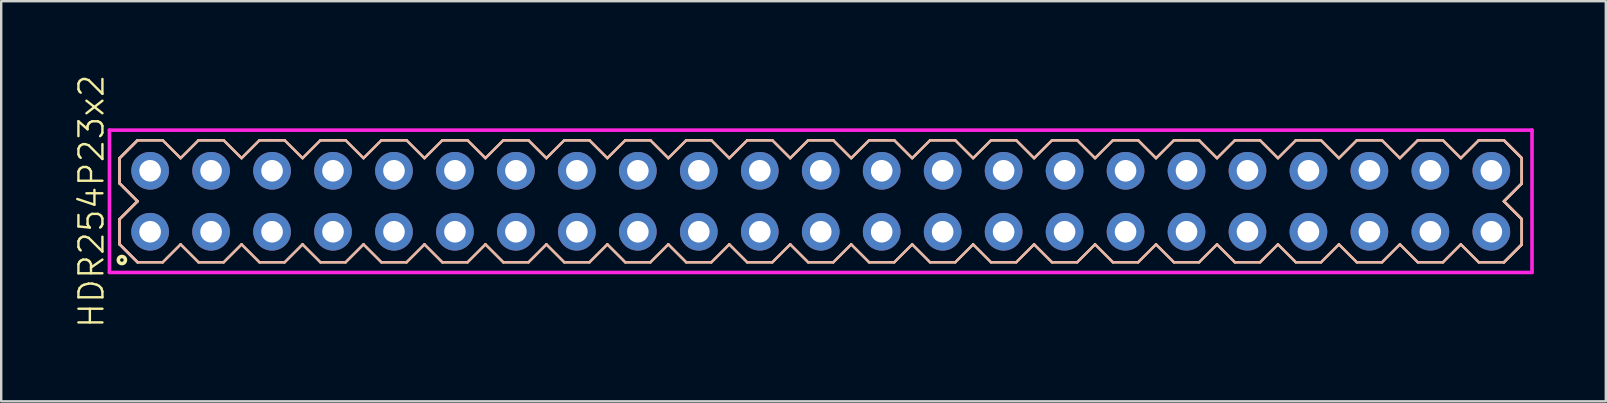
<source format=kicad_pcb>
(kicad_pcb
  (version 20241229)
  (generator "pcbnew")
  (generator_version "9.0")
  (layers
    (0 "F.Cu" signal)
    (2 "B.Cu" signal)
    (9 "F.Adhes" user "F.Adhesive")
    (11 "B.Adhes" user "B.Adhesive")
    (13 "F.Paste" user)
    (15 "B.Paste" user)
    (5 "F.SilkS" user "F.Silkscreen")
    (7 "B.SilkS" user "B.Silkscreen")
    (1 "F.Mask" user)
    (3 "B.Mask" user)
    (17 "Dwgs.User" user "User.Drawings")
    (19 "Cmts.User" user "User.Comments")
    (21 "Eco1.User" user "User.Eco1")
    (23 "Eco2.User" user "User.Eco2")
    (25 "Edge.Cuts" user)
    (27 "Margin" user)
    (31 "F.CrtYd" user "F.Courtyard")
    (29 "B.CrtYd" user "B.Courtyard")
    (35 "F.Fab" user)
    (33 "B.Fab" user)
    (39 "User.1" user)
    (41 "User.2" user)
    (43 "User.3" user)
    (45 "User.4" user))
  (footprint "HDR254P23x2"
    (layer "F.Cu")
    (at 31.145 5.336)
    (property "Reference" "HDR254P23x2" (at -30.385 0 90) (layer "F.SilkS") (effects (font (size 1 1) (thickness 0.1))))
    (attr through_hole)
    (fp_line (start -29.21 -1.796) (end -28.466 -2.54) (stroke (width 0.1) (type solid)) (layer "F.SilkS"))
    (fp_line (start -29.21 -1.796) (end -28.466 -2.54) (stroke (width 0.1) (type solid)) (layer "F.SilkS"))
    (fp_line (start -29.21 -0.744) (end -29.21 -1.796) (stroke (width 0.1) (type solid)) (layer "F.SilkS"))
    (fp_line (start -29.21 -0.744) (end -29.21 -1.796) (stroke (width 0.1) (type solid)) (layer "F.SilkS"))
    (fp_line (start -29.21 0.744) (end -28.466 0) (stroke (width 0.1) (type solid)) (layer "F.SilkS"))
    (fp_line (start -29.21 0.744) (end -28.466 0) (stroke (width 0.1) (type solid)) (layer "F.SilkS"))
    (fp_line (start -29.21 1.796) (end -29.21 0.744) (stroke (width 0.1) (type solid)) (layer "F.SilkS"))
    (fp_line (start -29.21 1.796) (end -29.21 0.744) (stroke (width 0.1) (type solid)) (layer "F.SilkS"))
    (fp_line (start -28.466 -2.54) (end -27.414 -2.54) (stroke (width 0.1) (type solid)) (layer "F.SilkS"))
    (fp_line (start -28.466 0) (end -29.21 -0.744) (stroke (width 0.1) (type solid)) (layer "F.SilkS"))
    (fp_line (start -28.466 0) (end -29.21 -0.744) (stroke (width 0.1) (type solid)) (layer "F.SilkS"))
    (fp_line (start -28.466 2.54) (end -29.21 1.796) (stroke (width 0.1) (type solid)) (layer "F.SilkS"))
    (fp_line (start -28.466 2.54) (end -29.21 1.796) (stroke (width 0.1) (type solid)) (layer "F.SilkS"))
    (fp_line (start -27.414 -2.54) (end -26.67 -1.796) (stroke (width 0.1) (type solid)) (layer "F.SilkS"))
    (fp_line (start -27.414 2.54) (end -28.466 2.54) (stroke (width 0.1) (type solid)) (layer "F.SilkS"))
    (fp_line (start -26.67 -1.796) (end -25.926 -2.54) (stroke (width 0.1) (type solid)) (layer "F.SilkS"))
    (fp_line (start -26.67 1.796) (end -27.414 2.54) (stroke (width 0.1) (type solid)) (layer "F.SilkS"))
    (fp_line (start -25.926 -2.54) (end -24.874 -2.54) (stroke (width 0.1) (type solid)) (layer "F.SilkS"))
    (fp_line (start -25.926 2.54) (end -26.67 1.796) (stroke (width 0.1) (type solid)) (layer "F.SilkS"))
    (fp_line (start -24.874 -2.54) (end -24.13 -1.796) (stroke (width 0.1) (type solid)) (layer "F.SilkS"))
    (fp_line (start -24.874 2.54) (end -25.926 2.54) (stroke (width 0.1) (type solid)) (layer "F.SilkS"))
    (fp_line (start -24.13 -1.796) (end -23.386 -2.54) (stroke (width 0.1) (type solid)) (layer "F.SilkS"))
    (fp_line (start -24.13 1.796) (end -24.874 2.54) (stroke (width 0.1) (type solid)) (layer "F.SilkS"))
    (fp_line (start -23.386 -2.54) (end -22.334 -2.54) (stroke (width 0.1) (type solid)) (layer "F.SilkS"))
    (fp_line (start -23.386 2.54) (end -24.13 1.796) (stroke (width 0.1) (type solid)) (layer "F.SilkS"))
    (fp_line (start -22.334 -2.54) (end -21.59 -1.796) (stroke (width 0.1) (type solid)) (layer "F.SilkS"))
    (fp_line (start -22.334 2.54) (end -23.386 2.54) (stroke (width 0.1) (type solid)) (layer "F.SilkS"))
    (fp_line (start -21.59 -1.796) (end -20.846 -2.54) (stroke (width 0.1) (type solid)) (layer "F.SilkS"))
    (fp_line (start -21.59 1.796) (end -22.334 2.54) (stroke (width 0.1) (type solid)) (layer "F.SilkS"))
    (fp_line (start -20.846 -2.54) (end -19.794 -2.54) (stroke (width 0.1) (type solid)) (layer "F.SilkS"))
    (fp_line (start -20.846 2.54) (end -21.59 1.796) (stroke (width 0.1) (type solid)) (layer "F.SilkS"))
    (fp_line (start -19.794 -2.54) (end -19.05 -1.796) (stroke (width 0.1) (type solid)) (layer "F.SilkS"))
    (fp_line (start -19.794 2.54) (end -20.846 2.54) (stroke (width 0.1) (type solid)) (layer "F.SilkS"))
    (fp_line (start -19.05 -1.796) (end -18.306 -2.54) (stroke (width 0.1) (type solid)) (layer "F.SilkS"))
    (fp_line (start -19.05 1.796) (end -19.794 2.54) (stroke (width 0.1) (type solid)) (layer "F.SilkS"))
    (fp_line (start -18.306 -2.54) (end -17.254 -2.54) (stroke (width 0.1) (type solid)) (layer "F.SilkS"))
    (fp_line (start -18.306 2.54) (end -19.05 1.796) (stroke (width 0.1) (type solid)) (layer "F.SilkS"))
    (fp_line (start -17.254 -2.54) (end -16.51 -1.796) (stroke (width 0.1) (type solid)) (layer "F.SilkS"))
    (fp_line (start -17.254 2.54) (end -18.306 2.54) (stroke (width 0.1) (type solid)) (layer "F.SilkS"))
    (fp_line (start -16.51 -1.796) (end -15.766 -2.54) (stroke (width 0.1) (type solid)) (layer "F.SilkS"))
    (fp_line (start -16.51 1.796) (end -17.254 2.54) (stroke (width 0.1) (type solid)) (layer "F.SilkS"))
    (fp_line (start -15.766 -2.54) (end -14.714 -2.54) (stroke (width 0.1) (type solid)) (layer "F.SilkS"))
    (fp_line (start -15.766 2.54) (end -16.51 1.796) (stroke (width 0.1) (type solid)) (layer "F.SilkS"))
    (fp_line (start -14.714 -2.54) (end -13.97 -1.796) (stroke (width 0.1) (type solid)) (layer "F.SilkS"))
    (fp_line (start -14.714 2.54) (end -15.766 2.54) (stroke (width 0.1) (type solid)) (layer "F.SilkS"))
    (fp_line (start -13.97 -1.796) (end -13.226 -2.54) (stroke (width 0.1) (type solid)) (layer "F.SilkS"))
    (fp_line (start -13.97 1.796) (end -14.714 2.54) (stroke (width 0.1) (type solid)) (layer "F.SilkS"))
    (fp_line (start -13.226 -2.54) (end -12.174 -2.54) (stroke (width 0.1) (type solid)) (layer "F.SilkS"))
    (fp_line (start -13.226 2.54) (end -13.97 1.796) (stroke (width 0.1) (type solid)) (layer "F.SilkS"))
    (fp_line (start -12.174 -2.54) (end -11.43 -1.796) (stroke (width 0.1) (type solid)) (layer "F.SilkS"))
    (fp_line (start -12.174 2.54) (end -13.226 2.54) (stroke (width 0.1) (type solid)) (layer "F.SilkS"))
    (fp_line (start -11.43 -1.796) (end -10.686 -2.54) (stroke (width 0.1) (type solid)) (layer "F.SilkS"))
    (fp_line (start -11.43 1.796) (end -12.174 2.54) (stroke (width 0.1) (type solid)) (layer "F.SilkS"))
    (fp_line (start -10.686 -2.54) (end -9.634 -2.54) (stroke (width 0.1) (type solid)) (layer "F.SilkS"))
    (fp_line (start -10.686 2.54) (end -11.43 1.796) (stroke (width 0.1) (type solid)) (layer "F.SilkS"))
    (fp_line (start -9.634 -2.54) (end -8.89 -1.796) (stroke (width 0.1) (type solid)) (layer "F.SilkS"))
    (fp_line (start -9.634 2.54) (end -10.686 2.54) (stroke (width 0.1) (type solid)) (layer "F.SilkS"))
    (fp_line (start -8.89 -1.796) (end -8.146 -2.54) (stroke (width 0.1) (type solid)) (layer "F.SilkS"))
    (fp_line (start -8.89 1.796) (end -9.634 2.54) (stroke (width 0.1) (type solid)) (layer "F.SilkS"))
    (fp_line (start -8.146 -2.54) (end -7.094 -2.54) (stroke (width 0.1) (type solid)) (layer "F.SilkS"))
    (fp_line (start -8.146 2.54) (end -8.89 1.796) (stroke (width 0.1) (type solid)) (layer "F.SilkS"))
    (fp_line (start -7.094 -2.54) (end -6.35 -1.796) (stroke (width 0.1) (type solid)) (layer "F.SilkS"))
    (fp_line (start -7.094 2.54) (end -8.146 2.54) (stroke (width 0.1) (type solid)) (layer "F.SilkS"))
    (fp_line (start -6.35 -1.796) (end -5.606 -2.54) (stroke (width 0.1) (type solid)) (layer "F.SilkS"))
    (fp_line (start -6.35 1.796) (end -7.094 2.54) (stroke (width 0.1) (type solid)) (layer "F.SilkS"))
    (fp_line (start -5.606 -2.54) (end -4.554 -2.54) (stroke (width 0.1) (type solid)) (layer "F.SilkS"))
    (fp_line (start -5.606 2.54) (end -6.35 1.796) (stroke (width 0.1) (type solid)) (layer "F.SilkS"))
    (fp_line (start -4.554 -2.54) (end -3.81 -1.796) (stroke (width 0.1) (type solid)) (layer "F.SilkS"))
    (fp_line (start -4.554 2.54) (end -5.606 2.54) (stroke (width 0.1) (type solid)) (layer "F.SilkS"))
    (fp_line (start -3.81 -1.796) (end -3.066 -2.54) (stroke (width 0.1) (type solid)) (layer "F.SilkS"))
    (fp_line (start -3.81 1.796) (end -4.554 2.54) (stroke (width 0.1) (type solid)) (layer "F.SilkS"))
    (fp_line (start -3.066 -2.54) (end -2.014 -2.54) (stroke (width 0.1) (type solid)) (layer "F.SilkS"))
    (fp_line (start -3.066 2.54) (end -3.81 1.796) (stroke (width 0.1) (type solid)) (layer "F.SilkS"))
    (fp_line (start -2.014 -2.54) (end -1.27 -1.796) (stroke (width 0.1) (type solid)) (layer "F.SilkS"))
    (fp_line (start -2.014 2.54) (end -3.066 2.54) (stroke (width 0.1) (type solid)) (layer "F.SilkS"))
    (fp_line (start -1.27 -1.796) (end -0.526 -2.54) (stroke (width 0.1) (type solid)) (layer "F.SilkS"))
    (fp_line (start -1.27 1.796) (end -2.014 2.54) (stroke (width 0.1) (type solid)) (layer "F.SilkS"))
    (fp_line (start -0.526 -2.54) (end 0.526 -2.54) (stroke (width 0.1) (type solid)) (layer "F.SilkS"))
    (fp_line (start -0.526 2.54) (end -1.27 1.796) (stroke (width 0.1) (type solid)) (layer "F.SilkS"))
    (fp_line (start 0.526 -2.54) (end 1.27 -1.796) (stroke (width 0.1) (type solid)) (layer "F.SilkS"))
    (fp_line (start 0.526 2.54) (end -0.526 2.54) (stroke (width 0.1) (type solid)) (layer "F.SilkS"))
    (fp_line (start 1.27 -1.796) (end 2.014 -2.54) (stroke (width 0.1) (type solid)) (layer "F.SilkS"))
    (fp_line (start 1.27 1.796) (end 0.526 2.54) (stroke (width 0.1) (type solid)) (layer "F.SilkS"))
    (fp_line (start 2.014 -2.54) (end 3.066 -2.54) (stroke (width 0.1) (type solid)) (layer "F.SilkS"))
    (fp_line (start 2.014 2.54) (end 1.27 1.796) (stroke (width 0.1) (type solid)) (layer "F.SilkS"))
    (fp_line (start 3.066 -2.54) (end 3.81 -1.796) (stroke (width 0.1) (type solid)) (layer "F.SilkS"))
    (fp_line (start 3.066 2.54) (end 2.014 2.54) (stroke (width 0.1) (type solid)) (layer "F.SilkS"))
    (fp_line (start 3.81 -1.796) (end 4.554 -2.54) (stroke (width 0.1) (type solid)) (layer "F.SilkS"))
    (fp_line (start 3.81 1.796) (end 3.066 2.54) (stroke (width 0.1) (type solid)) (layer "F.SilkS"))
    (fp_line (start 4.554 -2.54) (end 5.606 -2.54) (stroke (width 0.1) (type solid)) (layer "F.SilkS"))
    (fp_line (start 4.554 2.54) (end 3.81 1.796) (stroke (width 0.1) (type solid)) (layer "F.SilkS"))
    (fp_line (start 5.606 -2.54) (end 6.35 -1.796) (stroke (width 0.1) (type solid)) (layer "F.SilkS"))
    (fp_line (start 5.606 2.54) (end 4.554 2.54) (stroke (width 0.1) (type solid)) (layer "F.SilkS"))
    (fp_line (start 6.35 -1.796) (end 7.094 -2.54) (stroke (width 0.1) (type solid)) (layer "F.SilkS"))
    (fp_line (start 6.35 1.796) (end 5.606 2.54) (stroke (width 0.1) (type solid)) (layer "F.SilkS"))
    (fp_line (start 7.094 -2.54) (end 8.146 -2.54) (stroke (width 0.1) (type solid)) (layer "F.SilkS"))
    (fp_line (start 7.094 2.54) (end 6.35 1.796) (stroke (width 0.1) (type solid)) (layer "F.SilkS"))
    (fp_line (start 8.146 -2.54) (end 8.89 -1.796) (stroke (width 0.1) (type solid)) (layer "F.SilkS"))
    (fp_line (start 8.146 2.54) (end 7.094 2.54) (stroke (width 0.1) (type solid)) (layer "F.SilkS"))
    (fp_line (start 8.89 -1.796) (end 9.634 -2.54) (stroke (width 0.1) (type solid)) (layer "F.SilkS"))
    (fp_line (start 8.89 1.796) (end 8.146 2.54) (stroke (width 0.1) (type solid)) (layer "F.SilkS"))
    (fp_line (start 9.634 -2.54) (end 10.686 -2.54) (stroke (width 0.1) (type solid)) (layer "F.SilkS"))
    (fp_line (start 9.634 2.54) (end 8.89 1.796) (stroke (width 0.1) (type solid)) (layer "F.SilkS"))
    (fp_line (start 10.686 -2.54) (end 11.43 -1.796) (stroke (width 0.1) (type solid)) (layer "F.SilkS"))
    (fp_line (start 10.686 2.54) (end 9.634 2.54) (stroke (width 0.1) (type solid)) (layer "F.SilkS"))
    (fp_line (start 11.43 -1.796) (end 12.174 -2.54) (stroke (width 0.1) (type solid)) (layer "F.SilkS"))
    (fp_line (start 11.43 1.796) (end 10.686 2.54) (stroke (width 0.1) (type solid)) (layer "F.SilkS"))
    (fp_line (start 12.174 -2.54) (end 13.226 -2.54) (stroke (width 0.1) (type solid)) (layer "F.SilkS"))
    (fp_line (start 12.174 2.54) (end 11.43 1.796) (stroke (width 0.1) (type solid)) (layer "F.SilkS"))
    (fp_line (start 13.226 -2.54) (end 13.97 -1.796) (stroke (width 0.1) (type solid)) (layer "F.SilkS"))
    (fp_line (start 13.226 2.54) (end 12.174 2.54) (stroke (width 0.1) (type solid)) (layer "F.SilkS"))
    (fp_line (start 13.97 -1.796) (end 14.714 -2.54) (stroke (width 0.1) (type solid)) (layer "F.SilkS"))
    (fp_line (start 13.97 1.796) (end 13.226 2.54) (stroke (width 0.1) (type solid)) (layer "F.SilkS"))
    (fp_line (start 14.714 -2.54) (end 15.766 -2.54) (stroke (width 0.1) (type solid)) (layer "F.SilkS"))
    (fp_line (start 14.714 2.54) (end 13.97 1.796) (stroke (width 0.1) (type solid)) (layer "F.SilkS"))
    (fp_line (start 15.766 -2.54) (end 16.51 -1.796) (stroke (width 0.1) (type solid)) (layer "F.SilkS"))
    (fp_line (start 15.766 2.54) (end 14.714 2.54) (stroke (width 0.1) (type solid)) (layer "F.SilkS"))
    (fp_line (start 16.51 -1.796) (end 17.254 -2.54) (stroke (width 0.1) (type solid)) (layer "F.SilkS"))
    (fp_line (start 16.51 1.796) (end 15.766 2.54) (stroke (width 0.1) (type solid)) (layer "F.SilkS"))
    (fp_line (start 17.254 -2.54) (end 18.306 -2.54) (stroke (width 0.1) (type solid)) (layer "F.SilkS"))
    (fp_line (start 17.254 2.54) (end 16.51 1.796) (stroke (width 0.1) (type solid)) (layer "F.SilkS"))
    (fp_line (start 18.306 -2.54) (end 19.05 -1.796) (stroke (width 0.1) (type solid)) (layer "F.SilkS"))
    (fp_line (start 18.306 2.54) (end 17.254 2.54) (stroke (width 0.1) (type solid)) (layer "F.SilkS"))
    (fp_line (start 19.05 -1.796) (end 19.794 -2.54) (stroke (width 0.1) (type solid)) (layer "F.SilkS"))
    (fp_line (start 19.05 1.796) (end 18.306 2.54) (stroke (width 0.1) (type solid)) (layer "F.SilkS"))
    (fp_line (start 19.794 -2.54) (end 20.846 -2.54) (stroke (width 0.1) (type solid)) (layer "F.SilkS"))
    (fp_line (start 19.794 2.54) (end 19.05 1.796) (stroke (width 0.1) (type solid)) (layer "F.SilkS"))
    (fp_line (start 20.846 -2.54) (end 21.59 -1.796) (stroke (width 0.1) (type solid)) (layer "F.SilkS"))
    (fp_line (start 20.846 2.54) (end 19.794 2.54) (stroke (width 0.1) (type solid)) (layer "F.SilkS"))
    (fp_line (start 21.59 -1.796) (end 22.334 -2.54) (stroke (width 0.1) (type solid)) (layer "F.SilkS"))
    (fp_line (start 21.59 1.796) (end 20.846 2.54) (stroke (width 0.1) (type solid)) (layer "F.SilkS"))
    (fp_line (start 22.334 -2.54) (end 23.386 -2.54) (stroke (width 0.1) (type solid)) (layer "F.SilkS"))
    (fp_line (start 22.334 2.54) (end 21.59 1.796) (stroke (width 0.1) (type solid)) (layer "F.SilkS"))
    (fp_line (start 23.386 -2.54) (end 24.13 -1.796) (stroke (width 0.1) (type solid)) (layer "F.SilkS"))
    (fp_line (start 23.386 2.54) (end 22.334 2.54) (stroke (width 0.1) (type solid)) (layer "F.SilkS"))
    (fp_line (start 24.13 -1.796) (end 24.874 -2.54) (stroke (width 0.1) (type solid)) (layer "F.SilkS"))
    (fp_line (start 24.13 1.796) (end 23.386 2.54) (stroke (width 0.1) (type solid)) (layer "F.SilkS"))
    (fp_line (start 24.874 -2.54) (end 25.926 -2.54) (stroke (width 0.1) (type solid)) (layer "F.SilkS"))
    (fp_line (start 24.874 2.54) (end 24.13 1.796) (stroke (width 0.1) (type solid)) (layer "F.SilkS"))
    (fp_line (start 25.926 -2.54) (end 26.67 -1.796) (stroke (width 0.1) (type solid)) (layer "F.SilkS"))
    (fp_line (start 25.926 2.54) (end 24.874 2.54) (stroke (width 0.1) (type solid)) (layer "F.SilkS"))
    (fp_line (start 26.67 -1.796) (end 27.414 -2.54) (stroke (width 0.1) (type solid)) (layer "F.SilkS"))
    (fp_line (start 26.67 1.796) (end 25.926 2.54) (stroke (width 0.1) (type solid)) (layer "F.SilkS"))
    (fp_line (start 27.414 -2.54) (end 28.466 -2.54) (stroke (width 0.1) (type solid)) (layer "F.SilkS"))
    (fp_line (start 27.414 2.54) (end 26.67 1.796) (stroke (width 0.1) (type solid)) (layer "F.SilkS"))
    (fp_line (start 28.466 -2.54) (end 29.21 -1.796) (stroke (width 0.1) (type solid)) (layer "F.SilkS"))
    (fp_line (start 28.466 -2.54) (end 29.21 -1.796) (stroke (width 0.1) (type solid)) (layer "F.SilkS"))
    (fp_line (start 28.466 0) (end 29.21 0.744) (stroke (width 0.1) (type solid)) (layer "F.SilkS"))
    (fp_line (start 28.466 0) (end 29.21 0.744) (stroke (width 0.1) (type solid)) (layer "F.SilkS"))
    (fp_line (start 28.466 2.54) (end 27.414 2.54) (stroke (width 0.1) (type solid)) (layer "F.SilkS"))
    (fp_line (start 29.21 -1.796) (end 29.21 -0.744) (stroke (width 0.1) (type solid)) (layer "F.SilkS"))
    (fp_line (start 29.21 -1.796) (end 29.21 -0.744) (stroke (width 0.1) (type solid)) (layer "F.SilkS"))
    (fp_line (start 29.21 -0.744) (end 28.466 0) (stroke (width 0.1) (type solid)) (layer "F.SilkS"))
    (fp_line (start 29.21 -0.744) (end 28.466 0) (stroke (width 0.1) (type solid)) (layer "F.SilkS"))
    (fp_line (start 29.21 0.744) (end 29.21 1.796) (stroke (width 0.1) (type solid)) (layer "F.SilkS"))
    (fp_line (start 29.21 0.744) (end 29.21 1.796) (stroke (width 0.1) (type solid)) (layer "F.SilkS"))
    (fp_line (start 29.21 1.796) (end 28.466 2.54) (stroke (width 0.1) (type solid)) (layer "F.SilkS"))
    (fp_line (start 29.21 1.796) (end 28.466 2.54) (stroke (width 0.1) (type solid)) (layer "F.SilkS"))
    (fp_circle (center -29.117 2.448) (end -28.968 2.448) (stroke (width 0.15) (type solid)) (fill no) (layer "F.SilkS"))
    (fp_line (start -29.21 -1.796) (end -28.466 -2.54) (stroke (width 0.1) (type solid)) (layer "B.SilkS"))
    (fp_line (start -29.21 -1.796) (end -28.466 -2.54) (stroke (width 0.1) (type solid)) (layer "B.SilkS"))
    (fp_line (start -29.21 -0.744) (end -29.21 -1.796) (stroke (width 0.1) (type solid)) (layer "B.SilkS"))
    (fp_line (start -29.21 -0.744) (end -29.21 -1.796) (stroke (width 0.1) (type solid)) (layer "B.SilkS"))
    (fp_line (start -29.21 0.744) (end -28.466 0) (stroke (width 0.1) (type solid)) (layer "B.SilkS"))
    (fp_line (start -29.21 0.744) (end -28.466 0) (stroke (width 0.1) (type solid)) (layer "B.SilkS"))
    (fp_line (start -29.21 1.796) (end -29.21 0.744) (stroke (width 0.1) (type solid)) (layer "B.SilkS"))
    (fp_line (start -29.21 1.796) (end -29.21 0.744) (stroke (width 0.1) (type solid)) (layer "B.SilkS"))
    (fp_line (start -28.466 -2.54) (end -27.414 -2.54) (stroke (width 0.1) (type solid)) (layer "B.SilkS"))
    (fp_line (start -28.466 0) (end -29.21 -0.744) (stroke (width 0.1) (type solid)) (layer "B.SilkS"))
    (fp_line (start -28.466 0) (end -29.21 -0.744) (stroke (width 0.1) (type solid)) (layer "B.SilkS"))
    (fp_line (start -28.466 2.54) (end -29.21 1.796) (stroke (width 0.1) (type solid)) (layer "B.SilkS"))
    (fp_line (start -28.466 2.54) (end -29.21 1.796) (stroke (width 0.1) (type solid)) (layer "B.SilkS"))
    (fp_line (start -27.414 -2.54) (end -26.67 -1.796) (stroke (width 0.1) (type solid)) (layer "B.SilkS"))
    (fp_line (start -27.414 2.54) (end -28.466 2.54) (stroke (width 0.1) (type solid)) (layer "B.SilkS"))
    (fp_line (start -26.67 -1.796) (end -25.926 -2.54) (stroke (width 0.1) (type solid)) (layer "B.SilkS"))
    (fp_line (start -26.67 1.796) (end -27.414 2.54) (stroke (width 0.1) (type solid)) (layer "B.SilkS"))
    (fp_line (start -25.926 -2.54) (end -24.874 -2.54) (stroke (width 0.1) (type solid)) (layer "B.SilkS"))
    (fp_line (start -25.926 2.54) (end -26.67 1.796) (stroke (width 0.1) (type solid)) (layer "B.SilkS"))
    (fp_line (start -24.874 -2.54) (end -24.13 -1.796) (stroke (width 0.1) (type solid)) (layer "B.SilkS"))
    (fp_line (start -24.874 2.54) (end -25.926 2.54) (stroke (width 0.1) (type solid)) (layer "B.SilkS"))
    (fp_line (start -24.13 -1.796) (end -23.386 -2.54) (stroke (width 0.1) (type solid)) (layer "B.SilkS"))
    (fp_line (start -24.13 1.796) (end -24.874 2.54) (stroke (width 0.1) (type solid)) (layer "B.SilkS"))
    (fp_line (start -23.386 -2.54) (end -22.334 -2.54) (stroke (width 0.1) (type solid)) (layer "B.SilkS"))
    (fp_line (start -23.386 2.54) (end -24.13 1.796) (stroke (width 0.1) (type solid)) (layer "B.SilkS"))
    (fp_line (start -22.334 -2.54) (end -21.59 -1.796) (stroke (width 0.1) (type solid)) (layer "B.SilkS"))
    (fp_line (start -22.334 2.54) (end -23.386 2.54) (stroke (width 0.1) (type solid)) (layer "B.SilkS"))
    (fp_line (start -21.59 -1.796) (end -20.846 -2.54) (stroke (width 0.1) (type solid)) (layer "B.SilkS"))
    (fp_line (start -21.59 1.796) (end -22.334 2.54) (stroke (width 0.1) (type solid)) (layer "B.SilkS"))
    (fp_line (start -20.846 -2.54) (end -19.794 -2.54) (stroke (width 0.1) (type solid)) (layer "B.SilkS"))
    (fp_line (start -20.846 2.54) (end -21.59 1.796) (stroke (width 0.1) (type solid)) (layer "B.SilkS"))
    (fp_line (start -19.794 -2.54) (end -19.05 -1.796) (stroke (width 0.1) (type solid)) (layer "B.SilkS"))
    (fp_line (start -19.794 2.54) (end -20.846 2.54) (stroke (width 0.1) (type solid)) (layer "B.SilkS"))
    (fp_line (start -19.05 -1.796) (end -18.306 -2.54) (stroke (width 0.1) (type solid)) (layer "B.SilkS"))
    (fp_line (start -19.05 1.796) (end -19.794 2.54) (stroke (width 0.1) (type solid)) (layer "B.SilkS"))
    (fp_line (start -18.306 -2.54) (end -17.254 -2.54) (stroke (width 0.1) (type solid)) (layer "B.SilkS"))
    (fp_line (start -18.306 2.54) (end -19.05 1.796) (stroke (width 0.1) (type solid)) (layer "B.SilkS"))
    (fp_line (start -17.254 -2.54) (end -16.51 -1.796) (stroke (width 0.1) (type solid)) (layer "B.SilkS"))
    (fp_line (start -17.254 2.54) (end -18.306 2.54) (stroke (width 0.1) (type solid)) (layer "B.SilkS"))
    (fp_line (start -16.51 -1.796) (end -15.766 -2.54) (stroke (width 0.1) (type solid)) (layer "B.SilkS"))
    (fp_line (start -16.51 1.796) (end -17.254 2.54) (stroke (width 0.1) (type solid)) (layer "B.SilkS"))
    (fp_line (start -15.766 -2.54) (end -14.714 -2.54) (stroke (width 0.1) (type solid)) (layer "B.SilkS"))
    (fp_line (start -15.766 2.54) (end -16.51 1.796) (stroke (width 0.1) (type solid)) (layer "B.SilkS"))
    (fp_line (start -14.714 -2.54) (end -13.97 -1.796) (stroke (width 0.1) (type solid)) (layer "B.SilkS"))
    (fp_line (start -14.714 2.54) (end -15.766 2.54) (stroke (width 0.1) (type solid)) (layer "B.SilkS"))
    (fp_line (start -13.97 -1.796) (end -13.226 -2.54) (stroke (width 0.1) (type solid)) (layer "B.SilkS"))
    (fp_line (start -13.97 1.796) (end -14.714 2.54) (stroke (width 0.1) (type solid)) (layer "B.SilkS"))
    (fp_line (start -13.226 -2.54) (end -12.174 -2.54) (stroke (width 0.1) (type solid)) (layer "B.SilkS"))
    (fp_line (start -13.226 2.54) (end -13.97 1.796) (stroke (width 0.1) (type solid)) (layer "B.SilkS"))
    (fp_line (start -12.174 -2.54) (end -11.43 -1.796) (stroke (width 0.1) (type solid)) (layer "B.SilkS"))
    (fp_line (start -12.174 2.54) (end -13.226 2.54) (stroke (width 0.1) (type solid)) (layer "B.SilkS"))
    (fp_line (start -11.43 -1.796) (end -10.686 -2.54) (stroke (width 0.1) (type solid)) (layer "B.SilkS"))
    (fp_line (start -11.43 1.796) (end -12.174 2.54) (stroke (width 0.1) (type solid)) (layer "B.SilkS"))
    (fp_line (start -10.686 -2.54) (end -9.634 -2.54) (stroke (width 0.1) (type solid)) (layer "B.SilkS"))
    (fp_line (start -10.686 2.54) (end -11.43 1.796) (stroke (width 0.1) (type solid)) (layer "B.SilkS"))
    (fp_line (start -9.634 -2.54) (end -8.89 -1.796) (stroke (width 0.1) (type solid)) (layer "B.SilkS"))
    (fp_line (start -9.634 2.54) (end -10.686 2.54) (stroke (width 0.1) (type solid)) (layer "B.SilkS"))
    (fp_line (start -8.89 -1.796) (end -8.146 -2.54) (stroke (width 0.1) (type solid)) (layer "B.SilkS"))
    (fp_line (start -8.89 1.796) (end -9.634 2.54) (stroke (width 0.1) (type solid)) (layer "B.SilkS"))
    (fp_line (start -8.146 -2.54) (end -7.094 -2.54) (stroke (width 0.1) (type solid)) (layer "B.SilkS"))
    (fp_line (start -8.146 2.54) (end -8.89 1.796) (stroke (width 0.1) (type solid)) (layer "B.SilkS"))
    (fp_line (start -7.094 -2.54) (end -6.35 -1.796) (stroke (width 0.1) (type solid)) (layer "B.SilkS"))
    (fp_line (start -7.094 2.54) (end -8.146 2.54) (stroke (width 0.1) (type solid)) (layer "B.SilkS"))
    (fp_line (start -6.35 -1.796) (end -5.606 -2.54) (stroke (width 0.1) (type solid)) (layer "B.SilkS"))
    (fp_line (start -6.35 1.796) (end -7.094 2.54) (stroke (width 0.1) (type solid)) (layer "B.SilkS"))
    (fp_line (start -5.606 -2.54) (end -4.554 -2.54) (stroke (width 0.1) (type solid)) (layer "B.SilkS"))
    (fp_line (start -5.606 2.54) (end -6.35 1.796) (stroke (width 0.1) (type solid)) (layer "B.SilkS"))
    (fp_line (start -4.554 -2.54) (end -3.81 -1.796) (stroke (width 0.1) (type solid)) (layer "B.SilkS"))
    (fp_line (start -4.554 2.54) (end -5.606 2.54) (stroke (width 0.1) (type solid)) (layer "B.SilkS"))
    (fp_line (start -3.81 -1.796) (end -3.066 -2.54) (stroke (width 0.1) (type solid)) (layer "B.SilkS"))
    (fp_line (start -3.81 1.796) (end -4.554 2.54) (stroke (width 0.1) (type solid)) (layer "B.SilkS"))
    (fp_line (start -3.066 -2.54) (end -2.014 -2.54) (stroke (width 0.1) (type solid)) (layer "B.SilkS"))
    (fp_line (start -3.066 2.54) (end -3.81 1.796) (stroke (width 0.1) (type solid)) (layer "B.SilkS"))
    (fp_line (start -2.014 -2.54) (end -1.27 -1.796) (stroke (width 0.1) (type solid)) (layer "B.SilkS"))
    (fp_line (start -2.014 2.54) (end -3.066 2.54) (stroke (width 0.1) (type solid)) (layer "B.SilkS"))
    (fp_line (start -1.27 -1.796) (end -0.526 -2.54) (stroke (width 0.1) (type solid)) (layer "B.SilkS"))
    (fp_line (start -1.27 1.796) (end -2.014 2.54) (stroke (width 0.1) (type solid)) (layer "B.SilkS"))
    (fp_line (start -0.526 -2.54) (end 0.526 -2.54) (stroke (width 0.1) (type solid)) (layer "B.SilkS"))
    (fp_line (start -0.526 2.54) (end -1.27 1.796) (stroke (width 0.1) (type solid)) (layer "B.SilkS"))
    (fp_line (start 0.526 -2.54) (end 1.27 -1.796) (stroke (width 0.1) (type solid)) (layer "B.SilkS"))
    (fp_line (start 0.526 2.54) (end -0.526 2.54) (stroke (width 0.1) (type solid)) (layer "B.SilkS"))
    (fp_line (start 1.27 -1.796) (end 2.014 -2.54) (stroke (width 0.1) (type solid)) (layer "B.SilkS"))
    (fp_line (start 1.27 1.796) (end 0.526 2.54) (stroke (width 0.1) (type solid)) (layer "B.SilkS"))
    (fp_line (start 2.014 -2.54) (end 3.066 -2.54) (stroke (width 0.1) (type solid)) (layer "B.SilkS"))
    (fp_line (start 2.014 2.54) (end 1.27 1.796) (stroke (width 0.1) (type solid)) (layer "B.SilkS"))
    (fp_line (start 3.066 -2.54) (end 3.81 -1.796) (stroke (width 0.1) (type solid)) (layer "B.SilkS"))
    (fp_line (start 3.066 2.54) (end 2.014 2.54) (stroke (width 0.1) (type solid)) (layer "B.SilkS"))
    (fp_line (start 3.81 -1.796) (end 4.554 -2.54) (stroke (width 0.1) (type solid)) (layer "B.SilkS"))
    (fp_line (start 3.81 1.796) (end 3.066 2.54) (stroke (width 0.1) (type solid)) (layer "B.SilkS"))
    (fp_line (start 4.554 -2.54) (end 5.606 -2.54) (stroke (width 0.1) (type solid)) (layer "B.SilkS"))
    (fp_line (start 4.554 2.54) (end 3.81 1.796) (stroke (width 0.1) (type solid)) (layer "B.SilkS"))
    (fp_line (start 5.606 -2.54) (end 6.35 -1.796) (stroke (width 0.1) (type solid)) (layer "B.SilkS"))
    (fp_line (start 5.606 2.54) (end 4.554 2.54) (stroke (width 0.1) (type solid)) (layer "B.SilkS"))
    (fp_line (start 6.35 -1.796) (end 7.094 -2.54) (stroke (width 0.1) (type solid)) (layer "B.SilkS"))
    (fp_line (start 6.35 1.796) (end 5.606 2.54) (stroke (width 0.1) (type solid)) (layer "B.SilkS"))
    (fp_line (start 7.094 -2.54) (end 8.146 -2.54) (stroke (width 0.1) (type solid)) (layer "B.SilkS"))
    (fp_line (start 7.094 2.54) (end 6.35 1.796) (stroke (width 0.1) (type solid)) (layer "B.SilkS"))
    (fp_line (start 8.146 -2.54) (end 8.89 -1.796) (stroke (width 0.1) (type solid)) (layer "B.SilkS"))
    (fp_line (start 8.146 2.54) (end 7.094 2.54) (stroke (width 0.1) (type solid)) (layer "B.SilkS"))
    (fp_line (start 8.89 -1.796) (end 9.634 -2.54) (stroke (width 0.1) (type solid)) (layer "B.SilkS"))
    (fp_line (start 8.89 1.796) (end 8.146 2.54) (stroke (width 0.1) (type solid)) (layer "B.SilkS"))
    (fp_line (start 9.634 -2.54) (end 10.686 -2.54) (stroke (width 0.1) (type solid)) (layer "B.SilkS"))
    (fp_line (start 9.634 2.54) (end 8.89 1.796) (stroke (width 0.1) (type solid)) (layer "B.SilkS"))
    (fp_line (start 10.686 -2.54) (end 11.43 -1.796) (stroke (width 0.1) (type solid)) (layer "B.SilkS"))
    (fp_line (start 10.686 2.54) (end 9.634 2.54) (stroke (width 0.1) (type solid)) (layer "B.SilkS"))
    (fp_line (start 11.43 -1.796) (end 12.174 -2.54) (stroke (width 0.1) (type solid)) (layer "B.SilkS"))
    (fp_line (start 11.43 1.796) (end 10.686 2.54) (stroke (width 0.1) (type solid)) (layer "B.SilkS"))
    (fp_line (start 12.174 -2.54) (end 13.226 -2.54) (stroke (width 0.1) (type solid)) (layer "B.SilkS"))
    (fp_line (start 12.174 2.54) (end 11.43 1.796) (stroke (width 0.1) (type solid)) (layer "B.SilkS"))
    (fp_line (start 13.226 -2.54) (end 13.97 -1.796) (stroke (width 0.1) (type solid)) (layer "B.SilkS"))
    (fp_line (start 13.226 2.54) (end 12.174 2.54) (stroke (width 0.1) (type solid)) (layer "B.SilkS"))
    (fp_line (start 13.97 -1.796) (end 14.714 -2.54) (stroke (width 0.1) (type solid)) (layer "B.SilkS"))
    (fp_line (start 13.97 1.796) (end 13.226 2.54) (stroke (width 0.1) (type solid)) (layer "B.SilkS"))
    (fp_line (start 14.714 -2.54) (end 15.766 -2.54) (stroke (width 0.1) (type solid)) (layer "B.SilkS"))
    (fp_line (start 14.714 2.54) (end 13.97 1.796) (stroke (width 0.1) (type solid)) (layer "B.SilkS"))
    (fp_line (start 15.766 -2.54) (end 16.51 -1.796) (stroke (width 0.1) (type solid)) (layer "B.SilkS"))
    (fp_line (start 15.766 2.54) (end 14.714 2.54) (stroke (width 0.1) (type solid)) (layer "B.SilkS"))
    (fp_line (start 16.51 -1.796) (end 17.254 -2.54) (stroke (width 0.1) (type solid)) (layer "B.SilkS"))
    (fp_line (start 16.51 1.796) (end 15.766 2.54) (stroke (width 0.1) (type solid)) (layer "B.SilkS"))
    (fp_line (start 17.254 -2.54) (end 18.306 -2.54) (stroke (width 0.1) (type solid)) (layer "B.SilkS"))
    (fp_line (start 17.254 2.54) (end 16.51 1.796) (stroke (width 0.1) (type solid)) (layer "B.SilkS"))
    (fp_line (start 18.306 -2.54) (end 19.05 -1.796) (stroke (width 0.1) (type solid)) (layer "B.SilkS"))
    (fp_line (start 18.306 2.54) (end 17.254 2.54) (stroke (width 0.1) (type solid)) (layer "B.SilkS"))
    (fp_line (start 19.05 -1.796) (end 19.794 -2.54) (stroke (width 0.1) (type solid)) (layer "B.SilkS"))
    (fp_line (start 19.05 1.796) (end 18.306 2.54) (stroke (width 0.1) (type solid)) (layer "B.SilkS"))
    (fp_line (start 19.794 -2.54) (end 20.846 -2.54) (stroke (width 0.1) (type solid)) (layer "B.SilkS"))
    (fp_line (start 19.794 2.54) (end 19.05 1.796) (stroke (width 0.1) (type solid)) (layer "B.SilkS"))
    (fp_line (start 20.846 -2.54) (end 21.59 -1.796) (stroke (width 0.1) (type solid)) (layer "B.SilkS"))
    (fp_line (start 20.846 2.54) (end 19.794 2.54) (stroke (width 0.1) (type solid)) (layer "B.SilkS"))
    (fp_line (start 21.59 -1.796) (end 22.334 -2.54) (stroke (width 0.1) (type solid)) (layer "B.SilkS"))
    (fp_line (start 21.59 1.796) (end 20.846 2.54) (stroke (width 0.1) (type solid)) (layer "B.SilkS"))
    (fp_line (start 22.334 -2.54) (end 23.386 -2.54) (stroke (width 0.1) (type solid)) (layer "B.SilkS"))
    (fp_line (start 22.334 2.54) (end 21.59 1.796) (stroke (width 0.1) (type solid)) (layer "B.SilkS"))
    (fp_line (start 23.386 -2.54) (end 24.13 -1.796) (stroke (width 0.1) (type solid)) (layer "B.SilkS"))
    (fp_line (start 23.386 2.54) (end 22.334 2.54) (stroke (width 0.1) (type solid)) (layer "B.SilkS"))
    (fp_line (start 24.13 -1.796) (end 24.874 -2.54) (stroke (width 0.1) (type solid)) (layer "B.SilkS"))
    (fp_line (start 24.13 1.796) (end 23.386 2.54) (stroke (width 0.1) (type solid)) (layer "B.SilkS"))
    (fp_line (start 24.874 -2.54) (end 25.926 -2.54) (stroke (width 0.1) (type solid)) (layer "B.SilkS"))
    (fp_line (start 24.874 2.54) (end 24.13 1.796) (stroke (width 0.1) (type solid)) (layer "B.SilkS"))
    (fp_line (start 25.926 -2.54) (end 26.67 -1.796) (stroke (width 0.1) (type solid)) (layer "B.SilkS"))
    (fp_line (start 25.926 2.54) (end 24.874 2.54) (stroke (width 0.1) (type solid)) (layer "B.SilkS"))
    (fp_line (start 26.67 -1.796) (end 27.414 -2.54) (stroke (width 0.1) (type solid)) (layer "B.SilkS"))
    (fp_line (start 26.67 1.796) (end 25.926 2.54) (stroke (width 0.1) (type solid)) (layer "B.SilkS"))
    (fp_line (start 27.414 -2.54) (end 28.466 -2.54) (stroke (width 0.1) (type solid)) (layer "B.SilkS"))
    (fp_line (start 27.414 2.54) (end 26.67 1.796) (stroke (width 0.1) (type solid)) (layer "B.SilkS"))
    (fp_line (start 28.466 -2.54) (end 29.21 -1.796) (stroke (width 0.1) (type solid)) (layer "B.SilkS"))
    (fp_line (start 28.466 -2.54) (end 29.21 -1.796) (stroke (width 0.1) (type solid)) (layer "B.SilkS"))
    (fp_line (start 28.466 0) (end 29.21 0.744) (stroke (width 0.1) (type solid)) (layer "B.SilkS"))
    (fp_line (start 28.466 0) (end 29.21 0.744) (stroke (width 0.1) (type solid)) (layer "B.SilkS"))
    (fp_line (start 28.466 2.54) (end 27.414 2.54) (stroke (width 0.1) (type solid)) (layer "B.SilkS"))
    (fp_line (start 29.21 -1.796) (end 29.21 -0.744) (stroke (width 0.1) (type solid)) (layer "B.SilkS"))
    (fp_line (start 29.21 -1.796) (end 29.21 -0.744) (stroke (width 0.1) (type solid)) (layer "B.SilkS"))
    (fp_line (start 29.21 -0.744) (end 28.466 0) (stroke (width 0.1) (type solid)) (layer "B.SilkS"))
    (fp_line (start 29.21 -0.744) (end 28.466 0) (stroke (width 0.1) (type solid)) (layer "B.SilkS"))
    (fp_line (start 29.21 0.744) (end 29.21 1.796) (stroke (width 0.1) (type solid)) (layer "B.SilkS"))
    (fp_line (start 29.21 0.744) (end 29.21 1.796) (stroke (width 0.1) (type solid)) (layer "B.SilkS"))
    (fp_line (start 29.21 1.796) (end 28.466 2.54) (stroke (width 0.1) (type solid)) (layer "B.SilkS"))
    (fp_line (start 29.21 1.796) (end 28.466 2.54) (stroke (width 0.1) (type solid)) (layer "B.SilkS"))
    (fp_line (start -29.635 -2.965) (end -29.635 2.965) (stroke (width 0.15) (type solid)) (layer "F.CrtYd"))
    (fp_line (start -29.635 2.965) (end 29.635 2.965) (stroke (width 0.15) (type solid)) (layer "F.CrtYd"))
    (fp_line (start 29.635 -2.965) (end -29.635 -2.965) (stroke (width 0.15) (type solid)) (layer "F.CrtYd"))
    (fp_line (start 29.635 2.965) (end 29.635 -2.965) (stroke (width 0.15) (type solid)) (layer "F.CrtYd"))
    (pad "1" thru_hole oval (at -27.94 1.27) (size 1.57 1.57) (drill 0.9) (layers "*.Cu" "*.Mask"))
    (pad "2" thru_hole oval (at -27.94 -1.27) (size 1.57 1.57) (drill 0.9) (layers "*.Cu" "*.Mask"))
    (pad "3" thru_hole oval (at -25.4 1.27) (size 1.57 1.57) (drill 0.9) (layers "*.Cu" "*.Mask"))
    (pad "4" thru_hole oval (at -25.4 -1.27) (size 1.57 1.57) (drill 0.9) (layers "*.Cu" "*.Mask"))
    (pad "5" thru_hole oval (at -22.86 1.27) (size 1.57 1.57) (drill 0.9) (layers "*.Cu" "*.Mask"))
    (pad "6" thru_hole oval (at -22.86 -1.27) (size 1.57 1.57) (drill 0.9) (layers "*.Cu" "*.Mask"))
    (pad "7" thru_hole oval (at -20.32 1.27) (size 1.57 1.57) (drill 0.9) (layers "*.Cu" "*.Mask"))
    (pad "8" thru_hole oval (at -20.32 -1.27) (size 1.57 1.57) (drill 0.9) (layers "*.Cu" "*.Mask"))
    (pad "9" thru_hole oval (at -17.78 1.27) (size 1.57 1.57) (drill 0.9) (layers "*.Cu" "*.Mask"))
    (pad "10" thru_hole oval (at -17.78 -1.27) (size 1.57 1.57) (drill 0.9) (layers "*.Cu" "*.Mask"))
    (pad "11" thru_hole oval (at -15.24 1.27) (size 1.57 1.57) (drill 0.9) (layers "*.Cu" "*.Mask"))
    (pad "12" thru_hole oval (at -15.24 -1.27) (size 1.57 1.57) (drill 0.9) (layers "*.Cu" "*.Mask"))
    (pad "13" thru_hole oval (at -12.7 1.27) (size 1.57 1.57) (drill 0.9) (layers "*.Cu" "*.Mask"))
    (pad "14" thru_hole oval (at -12.7 -1.27) (size 1.57 1.57) (drill 0.9) (layers "*.Cu" "*.Mask"))
    (pad "15" thru_hole oval (at -10.16 1.27) (size 1.57 1.57) (drill 0.9) (layers "*.Cu" "*.Mask"))
    (pad "16" thru_hole oval (at -10.16 -1.27) (size 1.57 1.57) (drill 0.9) (layers "*.Cu" "*.Mask"))
    (pad "17" thru_hole oval (at -7.62 1.27) (size 1.57 1.57) (drill 0.9) (layers "*.Cu" "*.Mask"))
    (pad "18" thru_hole oval (at -7.62 -1.27) (size 1.57 1.57) (drill 0.9) (layers "*.Cu" "*.Mask"))
    (pad "19" thru_hole oval (at -5.08 1.27) (size 1.57 1.57) (drill 0.9) (layers "*.Cu" "*.Mask"))
    (pad "20" thru_hole oval (at -5.08 -1.27) (size 1.57 1.57) (drill 0.9) (layers "*.Cu" "*.Mask"))
    (pad "21" thru_hole oval (at -2.54 1.27) (size 1.57 1.57) (drill 0.9) (layers "*.Cu" "*.Mask"))
    (pad "22" thru_hole oval (at -2.54 -1.27) (size 1.57 1.57) (drill 0.9) (layers "*.Cu" "*.Mask"))
    (pad "23" thru_hole oval (at 0 1.27) (size 1.57 1.57) (drill 0.9) (layers "*.Cu" "*.Mask"))
    (pad "24" thru_hole oval (at 0 -1.27) (size 1.57 1.57) (drill 0.9) (layers "*.Cu" "*.Mask"))
    (pad "25" thru_hole oval (at 2.54 1.27) (size 1.57 1.57) (drill 0.9) (layers "*.Cu" "*.Mask"))
    (pad "26" thru_hole oval (at 2.54 -1.27) (size 1.57 1.57) (drill 0.9) (layers "*.Cu" "*.Mask"))
    (pad "27" thru_hole oval (at 5.08 1.27) (size 1.57 1.57) (drill 0.9) (layers "*.Cu" "*.Mask"))
    (pad "28" thru_hole oval (at 5.08 -1.27) (size 1.57 1.57) (drill 0.9) (layers "*.Cu" "*.Mask"))
    (pad "29" thru_hole oval (at 7.62 1.27) (size 1.57 1.57) (drill 0.9) (layers "*.Cu" "*.Mask"))
    (pad "30" thru_hole oval (at 7.62 -1.27) (size 1.57 1.57) (drill 0.9) (layers "*.Cu" "*.Mask"))
    (pad "31" thru_hole oval (at 10.16 1.27) (size 1.57 1.57) (drill 0.9) (layers "*.Cu" "*.Mask"))
    (pad "32" thru_hole oval (at 10.16 -1.27) (size 1.57 1.57) (drill 0.9) (layers "*.Cu" "*.Mask"))
    (pad "33" thru_hole oval (at 12.7 1.27) (size 1.57 1.57) (drill 0.9) (layers "*.Cu" "*.Mask"))
    (pad "34" thru_hole oval (at 12.7 -1.27) (size 1.57 1.57) (drill 0.9) (layers "*.Cu" "*.Mask"))
    (pad "35" thru_hole oval (at 15.24 1.27) (size 1.57 1.57) (drill 0.9) (layers "*.Cu" "*.Mask"))
    (pad "36" thru_hole oval (at 15.24 -1.27) (size 1.57 1.57) (drill 0.9) (layers "*.Cu" "*.Mask"))
    (pad "37" thru_hole oval (at 17.78 1.27) (size 1.57 1.57) (drill 0.9) (layers "*.Cu" "*.Mask"))
    (pad "38" thru_hole oval (at 17.78 -1.27) (size 1.57 1.57) (drill 0.9) (layers "*.Cu" "*.Mask"))
    (pad "39" thru_hole oval (at 20.32 1.27) (size 1.57 1.57) (drill 0.9) (layers "*.Cu" "*.Mask"))
    (pad "40" thru_hole oval (at 20.32 -1.27) (size 1.57 1.57) (drill 0.9) (layers "*.Cu" "*.Mask"))
    (pad "41" thru_hole oval (at 22.86 1.27) (size 1.57 1.57) (drill 0.9) (layers "*.Cu" "*.Mask"))
    (pad "42" thru_hole oval (at 22.86 -1.27) (size 1.57 1.57) (drill 0.9) (layers "*.Cu" "*.Mask"))
    (pad "43" thru_hole oval (at 25.4 1.27) (size 1.57 1.57) (drill 0.9) (layers "*.Cu" "*.Mask"))
    (pad "44" thru_hole oval (at 25.4 -1.27) (size 1.57 1.57) (drill 0.9) (layers "*.Cu" "*.Mask"))
    (pad "45" thru_hole oval (at 27.94 1.27) (size 1.57 1.57) (drill 0.9) (layers "*.Cu" "*.Mask"))
    (pad "46" thru_hole oval (at 27.94 -1.27) (size 1.57 1.57) (drill 0.9) (layers "*.Cu" "*.Mask")))
  (gr_rect
    (start -3 -3)
    (end 63.855 13.671)
    (stroke (width 0.1) (type default))
    (fill no)
    (layer "Edge.Cuts")))
</source>
